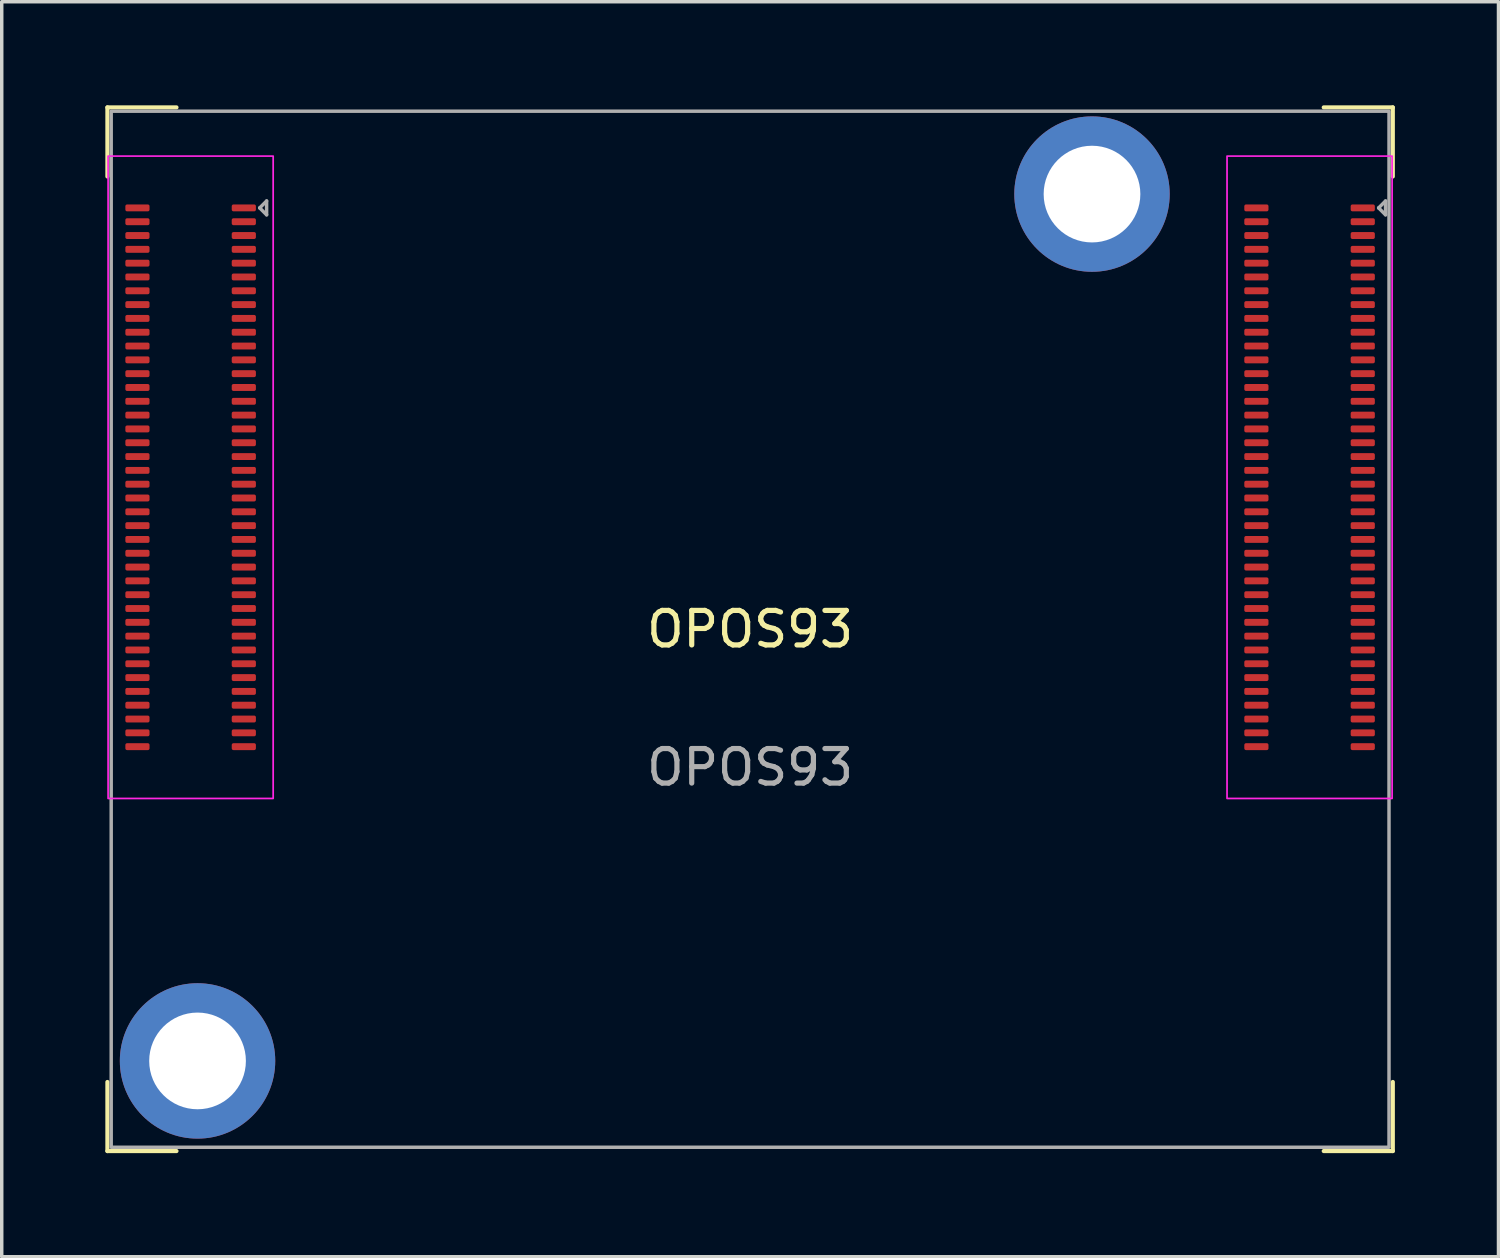
<source format=kicad_pcb>
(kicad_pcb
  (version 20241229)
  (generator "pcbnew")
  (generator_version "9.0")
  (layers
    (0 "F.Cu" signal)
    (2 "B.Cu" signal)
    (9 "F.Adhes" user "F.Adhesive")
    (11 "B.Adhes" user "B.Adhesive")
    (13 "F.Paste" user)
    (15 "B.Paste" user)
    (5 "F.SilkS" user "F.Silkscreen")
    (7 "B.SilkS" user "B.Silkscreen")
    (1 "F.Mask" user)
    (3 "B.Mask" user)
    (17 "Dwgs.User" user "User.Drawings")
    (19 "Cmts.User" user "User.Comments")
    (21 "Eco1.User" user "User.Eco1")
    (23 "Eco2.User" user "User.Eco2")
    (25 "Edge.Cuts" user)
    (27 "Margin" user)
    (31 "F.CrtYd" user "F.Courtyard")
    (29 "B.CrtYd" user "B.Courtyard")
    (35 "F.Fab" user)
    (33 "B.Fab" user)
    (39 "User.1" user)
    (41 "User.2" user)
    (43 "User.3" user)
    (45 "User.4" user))
  (footprint "OPOS93"
    (layer "F.Cu")
    (at 18.67 15.17)
    (property "Reference" "OPOS93" (at 0 0 0) (unlocked yes) (layer "F.SilkS") (effects (font (size 1 1) (thickness 0.15))))
    (attr smd)
    (fp_line (start -18.61 -15.11) (end -16.61 -15.11) (stroke (width 0.12) (type default)) (layer "F.SilkS"))
    (fp_line (start -18.61 -13.11) (end -18.61 -15.11) (stroke (width 0.12) (type default)) (layer "F.SilkS"))
    (fp_line (start -18.61 13.11) (end -18.61 15.11) (stroke (width 0.12) (type default)) (layer "F.SilkS"))
    (fp_line (start -18.61 15.11) (end -16.61 15.11) (stroke (width 0.12) (type default)) (layer "F.SilkS"))
    (fp_line (start 16.61 -15.11) (end 18.61 -15.11) (stroke (width 0.12) (type default)) (layer "F.SilkS"))
    (fp_line (start 16.61 15.11) (end 18.61 15.11) (stroke (width 0.12) (type default)) (layer "F.SilkS"))
    (fp_line (start 18.61 -15.11) (end 18.61 -13.11) (stroke (width 0.12) (type default)) (layer "F.SilkS"))
    (fp_line (start 18.61 15.11) (end 18.61 13.11) (stroke (width 0.12) (type default)) (layer "F.SilkS"))
    (fp_rect (start -18.59 -13.7) (end -13.81 4.9) (stroke (width 0.05) (type default)) (fill no) (layer "F.CrtYd"))
    (fp_rect (start 13.81 -13.7) (end 18.59 4.9) (stroke (width 0.05) (type default)) (fill no) (layer "F.CrtYd"))
    (fp_line (start -14.2 -12.2) (end -14 -12.4) (stroke (width 0.1) (type default)) (layer "F.Fab"))
    (fp_line (start -14 -12.4) (end -14 -12) (stroke (width 0.1) (type default)) (layer "F.Fab"))
    (fp_line (start -14 -12) (end -14.2 -12.2) (stroke (width 0.1) (type default)) (layer "F.Fab"))
    (fp_line (start 18.2 -12.2) (end 18.4 -12) (stroke (width 0.1) (type default)) (layer "F.Fab"))
    (fp_line (start 18.4 -12.4) (end 18.2 -12.2) (stroke (width 0.1) (type default)) (layer "F.Fab"))
    (fp_line (start 18.4 -12) (end 18.4 -12.4) (stroke (width 0.1) (type default)) (layer "F.Fab"))
    (fp_rect (start -18.5 -15) (end 18.5 15) (stroke (width 0.1) (type default)) (fill no) (layer "F.Fab"))
    (fp_text user "${REFERENCE}" (at 0 4 0) (unlocked yes) (layer "F.Fab") (effects (font (size 1 1) (thickness 0.15))))
    (pad "H1" thru_hole circle (at -16 12.5) (size 4.5 4.5) (drill 2.8) (layers "*.Cu" "*.Mask"))
    (pad "H2" thru_hole circle (at 9.9 -12.6) (size 4.5 4.5) (drill 2.8) (layers "*.Cu" "*.Mask"))
    (pad "J1_1" smd roundrect (at 17.74 -12.2) (size 0.7 0.2) (layers "F.Cu" "F.Mask" "F.Paste") (roundrect_rratio 0.25))
    (pad "J1_2" smd roundrect (at 17.74 -11.8) (size 0.7 0.2) (layers "F.Cu" "F.Mask" "F.Paste") (roundrect_rratio 0.25))
    (pad "J1_3" smd roundrect (at 17.74 -11.4) (size 0.7 0.2) (layers "F.Cu" "F.Mask" "F.Paste") (roundrect_rratio 0.25))
    (pad "J1_4" smd roundrect (at 17.74 -11) (size 0.7 0.2) (layers "F.Cu" "F.Mask" "F.Paste") (roundrect_rratio 0.25))
    (pad "J1_5" smd roundrect (at 17.74 -10.6) (size 0.7 0.2) (layers "F.Cu" "F.Mask" "F.Paste") (roundrect_rratio 0.25))
    (pad "J1_6" smd roundrect (at 17.74 -10.2) (size 0.7 0.2) (layers "F.Cu" "F.Mask" "F.Paste") (roundrect_rratio 0.25))
    (pad "J1_7" smd roundrect (at 17.74 -9.8) (size 0.7 0.2) (layers "F.Cu" "F.Mask" "F.Paste") (roundrect_rratio 0.25))
    (pad "J1_8" smd roundrect (at 17.74 -9.4) (size 0.7 0.2) (layers "F.Cu" "F.Mask" "F.Paste") (roundrect_rratio 0.25))
    (pad "J1_9" smd roundrect (at 17.74 -9) (size 0.7 0.2) (layers "F.Cu" "F.Mask" "F.Paste") (roundrect_rratio 0.25))
    (pad "J1_10" smd roundrect (at 17.74 -8.6) (size 0.7 0.2) (layers "F.Cu" "F.Mask" "F.Paste") (roundrect_rratio 0.25))
    (pad "J1_11" smd roundrect (at 17.74 -8.2) (size 0.7 0.2) (layers "F.Cu" "F.Mask" "F.Paste") (roundrect_rratio 0.25))
    (pad "J1_12" smd roundrect (at 17.74 -7.8) (size 0.7 0.2) (layers "F.Cu" "F.Mask" "F.Paste") (roundrect_rratio 0.25))
    (pad "J1_13" smd roundrect (at 17.74 -7.4) (size 0.7 0.2) (layers "F.Cu" "F.Mask" "F.Paste") (roundrect_rratio 0.25))
    (pad "J1_14" smd roundrect (at 17.74 -7) (size 0.7 0.2) (layers "F.Cu" "F.Mask" "F.Paste") (roundrect_rratio 0.25))
    (pad "J1_15" smd roundrect (at 17.74 -6.6) (size 0.7 0.2) (layers "F.Cu" "F.Mask" "F.Paste") (roundrect_rratio 0.25))
    (pad "J1_16" smd roundrect (at 17.74 -6.2) (size 0.7 0.2) (layers "F.Cu" "F.Mask" "F.Paste") (roundrect_rratio 0.25))
    (pad "J1_17" smd roundrect (at 17.74 -5.8) (size 0.7 0.2) (layers "F.Cu" "F.Mask" "F.Paste") (roundrect_rratio 0.25))
    (pad "J1_18" smd roundrect (at 17.74 -5.4) (size 0.7 0.2) (layers "F.Cu" "F.Mask" "F.Paste") (roundrect_rratio 0.25))
    (pad "J1_19" smd roundrect (at 17.74 -5) (size 0.7 0.2) (layers "F.Cu" "F.Mask" "F.Paste") (roundrect_rratio 0.25))
    (pad "J1_20" smd roundrect (at 17.74 -4.6) (size 0.7 0.2) (layers "F.Cu" "F.Mask" "F.Paste") (roundrect_rratio 0.25))
    (pad "J1_21" smd roundrect (at 17.74 -4.2) (size 0.7 0.2) (layers "F.Cu" "F.Mask" "F.Paste") (roundrect_rratio 0.25))
    (pad "J1_22" smd roundrect (at 17.74 -3.8) (size 0.7 0.2) (layers "F.Cu" "F.Mask" "F.Paste") (roundrect_rratio 0.25))
    (pad "J1_23" smd roundrect (at 17.74 -3.4) (size 0.7 0.2) (layers "F.Cu" "F.Mask" "F.Paste") (roundrect_rratio 0.25))
    (pad "J1_24" smd roundrect (at 17.74 -3) (size 0.7 0.2) (layers "F.Cu" "F.Mask" "F.Paste") (roundrect_rratio 0.25))
    (pad "J1_25" smd roundrect (at 17.74 -2.6) (size 0.7 0.2) (layers "F.Cu" "F.Mask" "F.Paste") (roundrect_rratio 0.25))
    (pad "J1_26" smd roundrect (at 17.74 -2.2) (size 0.7 0.2) (layers "F.Cu" "F.Mask" "F.Paste") (roundrect_rratio 0.25))
    (pad "J1_27" smd roundrect (at 17.74 -1.8) (size 0.7 0.2) (layers "F.Cu" "F.Mask" "F.Paste") (roundrect_rratio 0.25))
    (pad "J1_28" smd roundrect (at 17.74 -1.4) (size 0.7 0.2) (layers "F.Cu" "F.Mask" "F.Paste") (roundrect_rratio 0.25))
    (pad "J1_29" smd roundrect (at 17.74 -1) (size 0.7 0.2) (layers "F.Cu" "F.Mask" "F.Paste") (roundrect_rratio 0.25))
    (pad "J1_30" smd roundrect (at 17.74 -0.6) (size 0.7 0.2) (layers "F.Cu" "F.Mask" "F.Paste") (roundrect_rratio 0.25))
    (pad "J1_31" smd roundrect (at 17.74 -0.2) (size 0.7 0.2) (layers "F.Cu" "F.Mask" "F.Paste") (roundrect_rratio 0.25))
    (pad "J1_32" smd roundrect (at 17.74 0.2) (size 0.7 0.2) (layers "F.Cu" "F.Mask" "F.Paste") (roundrect_rratio 0.25))
    (pad "J1_33" smd roundrect (at 17.74 0.6) (size 0.7 0.2) (layers "F.Cu" "F.Mask" "F.Paste") (roundrect_rratio 0.25))
    (pad "J1_34" smd roundrect (at 17.74 1) (size 0.7 0.2) (layers "F.Cu" "F.Mask" "F.Paste") (roundrect_rratio 0.25))
    (pad "J1_35" smd roundrect (at 17.74 1.4) (size 0.7 0.2) (layers "F.Cu" "F.Mask" "F.Paste") (roundrect_rratio 0.25))
    (pad "J1_36" smd roundrect (at 17.74 1.8) (size 0.7 0.2) (layers "F.Cu" "F.Mask" "F.Paste") (roundrect_rratio 0.25))
    (pad "J1_37" smd roundrect (at 17.74 2.2) (size 0.7 0.2) (layers "F.Cu" "F.Mask" "F.Paste") (roundrect_rratio 0.25))
    (pad "J1_38" smd roundrect (at 17.74 2.6) (size 0.7 0.2) (layers "F.Cu" "F.Mask" "F.Paste") (roundrect_rratio 0.25))
    (pad "J1_39" smd roundrect (at 17.74 3) (size 0.7 0.2) (layers "F.Cu" "F.Mask" "F.Paste") (roundrect_rratio 0.25))
    (pad "J1_40" smd roundrect (at 17.74 3.4) (size 0.7 0.2) (layers "F.Cu" "F.Mask" "F.Paste") (roundrect_rratio 0.25))
    (pad "J1_41" smd roundrect (at 14.66 3.4) (size 0.7 0.2) (layers "F.Cu" "F.Mask" "F.Paste") (roundrect_rratio 0.25))
    (pad "J1_42" smd roundrect (at 14.66 3) (size 0.7 0.2) (layers "F.Cu" "F.Mask" "F.Paste") (roundrect_rratio 0.25))
    (pad "J1_43" smd roundrect (at 14.66 2.6) (size 0.7 0.2) (layers "F.Cu" "F.Mask" "F.Paste") (roundrect_rratio 0.25))
    (pad "J1_44" smd roundrect (at 14.66 2.2) (size 0.7 0.2) (layers "F.Cu" "F.Mask" "F.Paste") (roundrect_rratio 0.25))
    (pad "J1_45" smd roundrect (at 14.66 1.8) (size 0.7 0.2) (layers "F.Cu" "F.Mask" "F.Paste") (roundrect_rratio 0.25))
    (pad "J1_46" smd roundrect (at 14.66 1.4) (size 0.7 0.2) (layers "F.Cu" "F.Mask" "F.Paste") (roundrect_rratio 0.25))
    (pad "J1_47" smd roundrect (at 14.66 1) (size 0.7 0.2) (layers "F.Cu" "F.Mask" "F.Paste") (roundrect_rratio 0.25))
    (pad "J1_48" smd roundrect (at 14.66 0.6) (size 0.7 0.2) (layers "F.Cu" "F.Mask" "F.Paste") (roundrect_rratio 0.25))
    (pad "J1_49" smd roundrect (at 14.66 0.2) (size 0.7 0.2) (layers "F.Cu" "F.Mask" "F.Paste") (roundrect_rratio 0.25))
    (pad "J1_50" smd roundrect (at 14.66 -0.2) (size 0.7 0.2) (layers "F.Cu" "F.Mask" "F.Paste") (roundrect_rratio 0.25))
    (pad "J1_51" smd roundrect (at 14.66 -0.6) (size 0.7 0.2) (layers "F.Cu" "F.Mask" "F.Paste") (roundrect_rratio 0.25))
    (pad "J1_52" smd roundrect (at 14.66 -1) (size 0.7 0.2) (layers "F.Cu" "F.Mask" "F.Paste") (roundrect_rratio 0.25))
    (pad "J1_53" smd roundrect (at 14.66 -1.4) (size 0.7 0.2) (layers "F.Cu" "F.Mask" "F.Paste") (roundrect_rratio 0.25))
    (pad "J1_54" smd roundrect (at 14.66 -1.8) (size 0.7 0.2) (layers "F.Cu" "F.Mask" "F.Paste") (roundrect_rratio 0.25))
    (pad "J1_55" smd roundrect (at 14.66 -2.2) (size 0.7 0.2) (layers "F.Cu" "F.Mask" "F.Paste") (roundrect_rratio 0.25))
    (pad "J1_56" smd roundrect (at 14.66 -2.6) (size 0.7 0.2) (layers "F.Cu" "F.Mask" "F.Paste") (roundrect_rratio 0.25))
    (pad "J1_57" smd roundrect (at 14.66 -3) (size 0.7 0.2) (layers "F.Cu" "F.Mask" "F.Paste") (roundrect_rratio 0.25))
    (pad "J1_58" smd roundrect (at 14.66 -3.4) (size 0.7 0.2) (layers "F.Cu" "F.Mask" "F.Paste") (roundrect_rratio 0.25))
    (pad "J1_59" smd roundrect (at 14.66 -3.8) (size 0.7 0.2) (layers "F.Cu" "F.Mask" "F.Paste") (roundrect_rratio 0.25))
    (pad "J1_60" smd roundrect (at 14.66 -4.2) (size 0.7 0.2) (layers "F.Cu" "F.Mask" "F.Paste") (roundrect_rratio 0.25))
    (pad "J1_61" smd roundrect (at 14.66 -4.6) (size 0.7 0.2) (layers "F.Cu" "F.Mask" "F.Paste") (roundrect_rratio 0.25))
    (pad "J1_62" smd roundrect (at 14.66 -5) (size 0.7 0.2) (layers "F.Cu" "F.Mask" "F.Paste") (roundrect_rratio 0.25))
    (pad "J1_63" smd roundrect (at 14.66 -5.4) (size 0.7 0.2) (layers "F.Cu" "F.Mask" "F.Paste") (roundrect_rratio 0.25))
    (pad "J1_64" smd roundrect (at 14.66 -5.8) (size 0.7 0.2) (layers "F.Cu" "F.Mask" "F.Paste") (roundrect_rratio 0.25))
    (pad "J1_65" smd roundrect (at 14.66 -6.2) (size 0.7 0.2) (layers "F.Cu" "F.Mask" "F.Paste") (roundrect_rratio 0.25))
    (pad "J1_66" smd roundrect (at 14.66 -6.6) (size 0.7 0.2) (layers "F.Cu" "F.Mask" "F.Paste") (roundrect_rratio 0.25))
    (pad "J1_67" smd roundrect (at 14.66 -7) (size 0.7 0.2) (layers "F.Cu" "F.Mask" "F.Paste") (roundrect_rratio 0.25))
    (pad "J1_68" smd roundrect (at 14.66 -7.4) (size 0.7 0.2) (layers "F.Cu" "F.Mask" "F.Paste") (roundrect_rratio 0.25))
    (pad "J1_69" smd roundrect (at 14.66 -7.8) (size 0.7 0.2) (layers "F.Cu" "F.Mask" "F.Paste") (roundrect_rratio 0.25))
    (pad "J1_70" smd roundrect (at 14.66 -8.2) (size 0.7 0.2) (layers "F.Cu" "F.Mask" "F.Paste") (roundrect_rratio 0.25))
    (pad "J1_71" smd roundrect (at 14.66 -8.6) (size 0.7 0.2) (layers "F.Cu" "F.Mask" "F.Paste") (roundrect_rratio 0.25))
    (pad "J1_72" smd roundrect (at 14.66 -9) (size 0.7 0.2) (layers "F.Cu" "F.Mask" "F.Paste") (roundrect_rratio 0.25))
    (pad "J1_73" smd roundrect (at 14.66 -9.4) (size 0.7 0.2) (layers "F.Cu" "F.Mask" "F.Paste") (roundrect_rratio 0.25))
    (pad "J1_74" smd roundrect (at 14.66 -9.8) (size 0.7 0.2) (layers "F.Cu" "F.Mask" "F.Paste") (roundrect_rratio 0.25))
    (pad "J1_75" smd roundrect (at 14.66 -10.2) (size 0.7 0.2) (layers "F.Cu" "F.Mask" "F.Paste") (roundrect_rratio 0.25))
    (pad "J1_76" smd roundrect (at 14.66 -10.6) (size 0.7 0.2) (layers "F.Cu" "F.Mask" "F.Paste") (roundrect_rratio 0.25))
    (pad "J1_77" smd roundrect (at 14.66 -11) (size 0.7 0.2) (layers "F.Cu" "F.Mask" "F.Paste") (roundrect_rratio 0.25))
    (pad "J1_78" smd roundrect (at 14.66 -11.4) (size 0.7 0.2) (layers "F.Cu" "F.Mask" "F.Paste") (roundrect_rratio 0.25))
    (pad "J1_79" smd roundrect (at 14.66 -11.8) (size 0.7 0.2) (layers "F.Cu" "F.Mask" "F.Paste") (roundrect_rratio 0.25))
    (pad "J1_80" smd roundrect (at 14.66 -12.2) (size 0.7 0.2) (layers "F.Cu" "F.Mask" "F.Paste") (roundrect_rratio 0.25))
    (pad "J2_1" smd roundrect (at -14.66 -12.2) (size 0.7 0.2) (layers "F.Cu" "F.Mask" "F.Paste") (roundrect_rratio 0.25))
    (pad "J2_2" smd roundrect (at -14.66 -11.8) (size 0.7 0.2) (layers "F.Cu" "F.Mask" "F.Paste") (roundrect_rratio 0.25))
    (pad "J2_3" smd roundrect (at -14.66 -11.4) (size 0.7 0.2) (layers "F.Cu" "F.Mask" "F.Paste") (roundrect_rratio 0.25))
    (pad "J2_4" smd roundrect (at -14.66 -11) (size 0.7 0.2) (layers "F.Cu" "F.Mask" "F.Paste") (roundrect_rratio 0.25))
    (pad "J2_5" smd roundrect (at -14.66 -10.6) (size 0.7 0.2) (layers "F.Cu" "F.Mask" "F.Paste") (roundrect_rratio 0.25))
    (pad "J2_6" smd roundrect (at -14.66 -10.2) (size 0.7 0.2) (layers "F.Cu" "F.Mask" "F.Paste") (roundrect_rratio 0.25))
    (pad "J2_7" smd roundrect (at -14.66 -9.8) (size 0.7 0.2) (layers "F.Cu" "F.Mask" "F.Paste") (roundrect_rratio 0.25))
    (pad "J2_8" smd roundrect (at -14.66 -9.4) (size 0.7 0.2) (layers "F.Cu" "F.Mask" "F.Paste") (roundrect_rratio 0.25))
    (pad "J2_9" smd roundrect (at -14.66 -9) (size 0.7 0.2) (layers "F.Cu" "F.Mask" "F.Paste") (roundrect_rratio 0.25))
    (pad "J2_10" smd roundrect (at -14.66 -8.6) (size 0.7 0.2) (layers "F.Cu" "F.Mask" "F.Paste") (roundrect_rratio 0.25))
    (pad "J2_11" smd roundrect (at -14.66 -8.2) (size 0.7 0.2) (layers "F.Cu" "F.Mask" "F.Paste") (roundrect_rratio 0.25))
    (pad "J2_12" smd roundrect (at -14.66 -7.8) (size 0.7 0.2) (layers "F.Cu" "F.Mask" "F.Paste") (roundrect_rratio 0.25))
    (pad "J2_13" smd roundrect (at -14.66 -7.4) (size 0.7 0.2) (layers "F.Cu" "F.Mask" "F.Paste") (roundrect_rratio 0.25))
    (pad "J2_14" smd roundrect (at -14.66 -7) (size 0.7 0.2) (layers "F.Cu" "F.Mask" "F.Paste") (roundrect_rratio 0.25))
    (pad "J2_15" smd roundrect (at -14.66 -6.6) (size 0.7 0.2) (layers "F.Cu" "F.Mask" "F.Paste") (roundrect_rratio 0.25))
    (pad "J2_16" smd roundrect (at -14.66 -6.2) (size 0.7 0.2) (layers "F.Cu" "F.Mask" "F.Paste") (roundrect_rratio 0.25))
    (pad "J2_17" smd roundrect (at -14.66 -5.8) (size 0.7 0.2) (layers "F.Cu" "F.Mask" "F.Paste") (roundrect_rratio 0.25))
    (pad "J2_18" smd roundrect (at -14.66 -5.4) (size 0.7 0.2) (layers "F.Cu" "F.Mask" "F.Paste") (roundrect_rratio 0.25))
    (pad "J2_19" smd roundrect (at -14.66 -5) (size 0.7 0.2) (layers "F.Cu" "F.Mask" "F.Paste") (roundrect_rratio 0.25))
    (pad "J2_20" smd roundrect (at -14.66 -4.6) (size 0.7 0.2) (layers "F.Cu" "F.Mask" "F.Paste") (roundrect_rratio 0.25))
    (pad "J2_21" smd roundrect (at -14.66 -4.2) (size 0.7 0.2) (layers "F.Cu" "F.Mask" "F.Paste") (roundrect_rratio 0.25))
    (pad "J2_22" smd roundrect (at -14.66 -3.8) (size 0.7 0.2) (layers "F.Cu" "F.Mask" "F.Paste") (roundrect_rratio 0.25))
    (pad "J2_23" smd roundrect (at -14.66 -3.4) (size 0.7 0.2) (layers "F.Cu" "F.Mask" "F.Paste") (roundrect_rratio 0.25))
    (pad "J2_24" smd roundrect (at -14.66 -3) (size 0.7 0.2) (layers "F.Cu" "F.Mask" "F.Paste") (roundrect_rratio 0.25))
    (pad "J2_25" smd roundrect (at -14.66 -2.6) (size 0.7 0.2) (layers "F.Cu" "F.Mask" "F.Paste") (roundrect_rratio 0.25))
    (pad "J2_26" smd roundrect (at -14.66 -2.2) (size 0.7 0.2) (layers "F.Cu" "F.Mask" "F.Paste") (roundrect_rratio 0.25))
    (pad "J2_27" smd roundrect (at -14.66 -1.8) (size 0.7 0.2) (layers "F.Cu" "F.Mask" "F.Paste") (roundrect_rratio 0.25))
    (pad "J2_28" smd roundrect (at -14.66 -1.4) (size 0.7 0.2) (layers "F.Cu" "F.Mask" "F.Paste") (roundrect_rratio 0.25))
    (pad "J2_29" smd roundrect (at -14.66 -1) (size 0.7 0.2) (layers "F.Cu" "F.Mask" "F.Paste") (roundrect_rratio 0.25))
    (pad "J2_30" smd roundrect (at -14.66 -0.6) (size 0.7 0.2) (layers "F.Cu" "F.Mask" "F.Paste") (roundrect_rratio 0.25))
    (pad "J2_31" smd roundrect (at -14.66 -0.2) (size 0.7 0.2) (layers "F.Cu" "F.Mask" "F.Paste") (roundrect_rratio 0.25))
    (pad "J2_32" smd roundrect (at -14.66 0.2) (size 0.7 0.2) (layers "F.Cu" "F.Mask" "F.Paste") (roundrect_rratio 0.25))
    (pad "J2_33" smd roundrect (at -14.66 0.6) (size 0.7 0.2) (layers "F.Cu" "F.Mask" "F.Paste") (roundrect_rratio 0.25))
    (pad "J2_34" smd roundrect (at -14.66 1) (size 0.7 0.2) (layers "F.Cu" "F.Mask" "F.Paste") (roundrect_rratio 0.25))
    (pad "J2_35" smd roundrect (at -14.66 1.4) (size 0.7 0.2) (layers "F.Cu" "F.Mask" "F.Paste") (roundrect_rratio 0.25))
    (pad "J2_36" smd roundrect (at -14.66 1.8) (size 0.7 0.2) (layers "F.Cu" "F.Mask" "F.Paste") (roundrect_rratio 0.25))
    (pad "J2_37" smd roundrect (at -14.66 2.2) (size 0.7 0.2) (layers "F.Cu" "F.Mask" "F.Paste") (roundrect_rratio 0.25))
    (pad "J2_38" smd roundrect (at -14.66 2.6) (size 0.7 0.2) (layers "F.Cu" "F.Mask" "F.Paste") (roundrect_rratio 0.25))
    (pad "J2_39" smd roundrect (at -14.66 3) (size 0.7 0.2) (layers "F.Cu" "F.Mask" "F.Paste") (roundrect_rratio 0.25))
    (pad "J2_40" smd roundrect (at -14.66 3.4) (size 0.7 0.2) (layers "F.Cu" "F.Mask" "F.Paste") (roundrect_rratio 0.25))
    (pad "J2_41" smd roundrect (at -17.74 3.4) (size 0.7 0.2) (layers "F.Cu" "F.Mask" "F.Paste") (roundrect_rratio 0.25))
    (pad "J2_42" smd roundrect (at -17.74 3) (size 0.7 0.2) (layers "F.Cu" "F.Mask" "F.Paste") (roundrect_rratio 0.25))
    (pad "J2_43" smd roundrect (at -17.74 2.6) (size 0.7 0.2) (layers "F.Cu" "F.Mask" "F.Paste") (roundrect_rratio 0.25))
    (pad "J2_44" smd roundrect (at -17.74 2.2) (size 0.7 0.2) (layers "F.Cu" "F.Mask" "F.Paste") (roundrect_rratio 0.25))
    (pad "J2_45" smd roundrect (at -17.74 1.8) (size 0.7 0.2) (layers "F.Cu" "F.Mask" "F.Paste") (roundrect_rratio 0.25))
    (pad "J2_46" smd roundrect (at -17.74 1.4) (size 0.7 0.2) (layers "F.Cu" "F.Mask" "F.Paste") (roundrect_rratio 0.25))
    (pad "J2_47" smd roundrect (at -17.74 1) (size 0.7 0.2) (layers "F.Cu" "F.Mask" "F.Paste") (roundrect_rratio 0.25))
    (pad "J2_48" smd roundrect (at -17.74 0.6) (size 0.7 0.2) (layers "F.Cu" "F.Mask" "F.Paste") (roundrect_rratio 0.25))
    (pad "J2_49" smd roundrect (at -17.74 0.2) (size 0.7 0.2) (layers "F.Cu" "F.Mask" "F.Paste") (roundrect_rratio 0.25))
    (pad "J2_50" smd roundrect (at -17.74 -0.2) (size 0.7 0.2) (layers "F.Cu" "F.Mask" "F.Paste") (roundrect_rratio 0.25))
    (pad "J2_51" smd roundrect (at -17.74 -0.6) (size 0.7 0.2) (layers "F.Cu" "F.Mask" "F.Paste") (roundrect_rratio 0.25))
    (pad "J2_52" smd roundrect (at -17.74 -1) (size 0.7 0.2) (layers "F.Cu" "F.Mask" "F.Paste") (roundrect_rratio 0.25))
    (pad "J2_53" smd roundrect (at -17.74 -1.4) (size 0.7 0.2) (layers "F.Cu" "F.Mask" "F.Paste") (roundrect_rratio 0.25))
    (pad "J2_54" smd roundrect (at -17.74 -1.8) (size 0.7 0.2) (layers "F.Cu" "F.Mask" "F.Paste") (roundrect_rratio 0.25))
    (pad "J2_55" smd roundrect (at -17.74 -2.2) (size 0.7 0.2) (layers "F.Cu" "F.Mask" "F.Paste") (roundrect_rratio 0.25))
    (pad "J2_56" smd roundrect (at -17.74 -2.6) (size 0.7 0.2) (layers "F.Cu" "F.Mask" "F.Paste") (roundrect_rratio 0.25))
    (pad "J2_57" smd roundrect (at -17.74 -3) (size 0.7 0.2) (layers "F.Cu" "F.Mask" "F.Paste") (roundrect_rratio 0.25))
    (pad "J2_58" smd roundrect (at -17.74 -3.4) (size 0.7 0.2) (layers "F.Cu" "F.Mask" "F.Paste") (roundrect_rratio 0.25))
    (pad "J2_59" smd roundrect (at -17.74 -3.8) (size 0.7 0.2) (layers "F.Cu" "F.Mask" "F.Paste") (roundrect_rratio 0.25))
    (pad "J2_60" smd roundrect (at -17.74 -4.2) (size 0.7 0.2) (layers "F.Cu" "F.Mask" "F.Paste") (roundrect_rratio 0.25))
    (pad "J2_61" smd roundrect (at -17.74 -4.6) (size 0.7 0.2) (layers "F.Cu" "F.Mask" "F.Paste") (roundrect_rratio 0.25))
    (pad "J2_62" smd roundrect (at -17.74 -5) (size 0.7 0.2) (layers "F.Cu" "F.Mask" "F.Paste") (roundrect_rratio 0.25))
    (pad "J2_63" smd roundrect (at -17.74 -5.4) (size 0.7 0.2) (layers "F.Cu" "F.Mask" "F.Paste") (roundrect_rratio 0.25))
    (pad "J2_64" smd roundrect (at -17.74 -5.8) (size 0.7 0.2) (layers "F.Cu" "F.Mask" "F.Paste") (roundrect_rratio 0.25))
    (pad "J2_65" smd roundrect (at -17.74 -6.2) (size 0.7 0.2) (layers "F.Cu" "F.Mask" "F.Paste") (roundrect_rratio 0.25))
    (pad "J2_66" smd roundrect (at -17.74 -6.6) (size 0.7 0.2) (layers "F.Cu" "F.Mask" "F.Paste") (roundrect_rratio 0.25))
    (pad "J2_67" smd roundrect (at -17.74 -7) (size 0.7 0.2) (layers "F.Cu" "F.Mask" "F.Paste") (roundrect_rratio 0.25))
    (pad "J2_68" smd roundrect (at -17.74 -7.4) (size 0.7 0.2) (layers "F.Cu" "F.Mask" "F.Paste") (roundrect_rratio 0.25))
    (pad "J2_69" smd roundrect (at -17.74 -7.8) (size 0.7 0.2) (layers "F.Cu" "F.Mask" "F.Paste") (roundrect_rratio 0.25))
    (pad "J2_70" smd roundrect (at -17.74 -8.2) (size 0.7 0.2) (layers "F.Cu" "F.Mask" "F.Paste") (roundrect_rratio 0.25))
    (pad "J2_71" smd roundrect (at -17.74 -8.6) (size 0.7 0.2) (layers "F.Cu" "F.Mask" "F.Paste") (roundrect_rratio 0.25))
    (pad "J2_72" smd roundrect (at -17.74 -9) (size 0.7 0.2) (layers "F.Cu" "F.Mask" "F.Paste") (roundrect_rratio 0.25))
    (pad "J2_73" smd roundrect (at -17.74 -9.4) (size 0.7 0.2) (layers "F.Cu" "F.Mask" "F.Paste") (roundrect_rratio 0.25))
    (pad "J2_74" smd roundrect (at -17.74 -9.8) (size 0.7 0.2) (layers "F.Cu" "F.Mask" "F.Paste") (roundrect_rratio 0.25))
    (pad "J2_75" smd roundrect (at -17.74 -10.2) (size 0.7 0.2) (layers "F.Cu" "F.Mask" "F.Paste") (roundrect_rratio 0.25))
    (pad "J2_76" smd roundrect (at -17.74 -10.6) (size 0.7 0.2) (layers "F.Cu" "F.Mask" "F.Paste") (roundrect_rratio 0.25))
    (pad "J2_77" smd roundrect (at -17.74 -11) (size 0.7 0.2) (layers "F.Cu" "F.Mask" "F.Paste") (roundrect_rratio 0.25))
    (pad "J2_78" smd roundrect (at -17.74 -11.4) (size 0.7 0.2) (layers "F.Cu" "F.Mask" "F.Paste") (roundrect_rratio 0.25))
    (pad "J2_79" smd roundrect (at -17.74 -11.8) (size 0.7 0.2) (layers "F.Cu" "F.Mask" "F.Paste") (roundrect_rratio 0.25))
    (pad "J2_80" smd roundrect (at -17.74 -12.2) (size 0.7 0.2) (layers "F.Cu" "F.Mask" "F.Paste") (roundrect_rratio 0.25)))
  (gr_rect
    (start -3 -3)
    (end 40.34 33.34)
    (stroke (width 0.1) (type default))
    (fill no)
    (layer "Edge.Cuts")))
</source>
